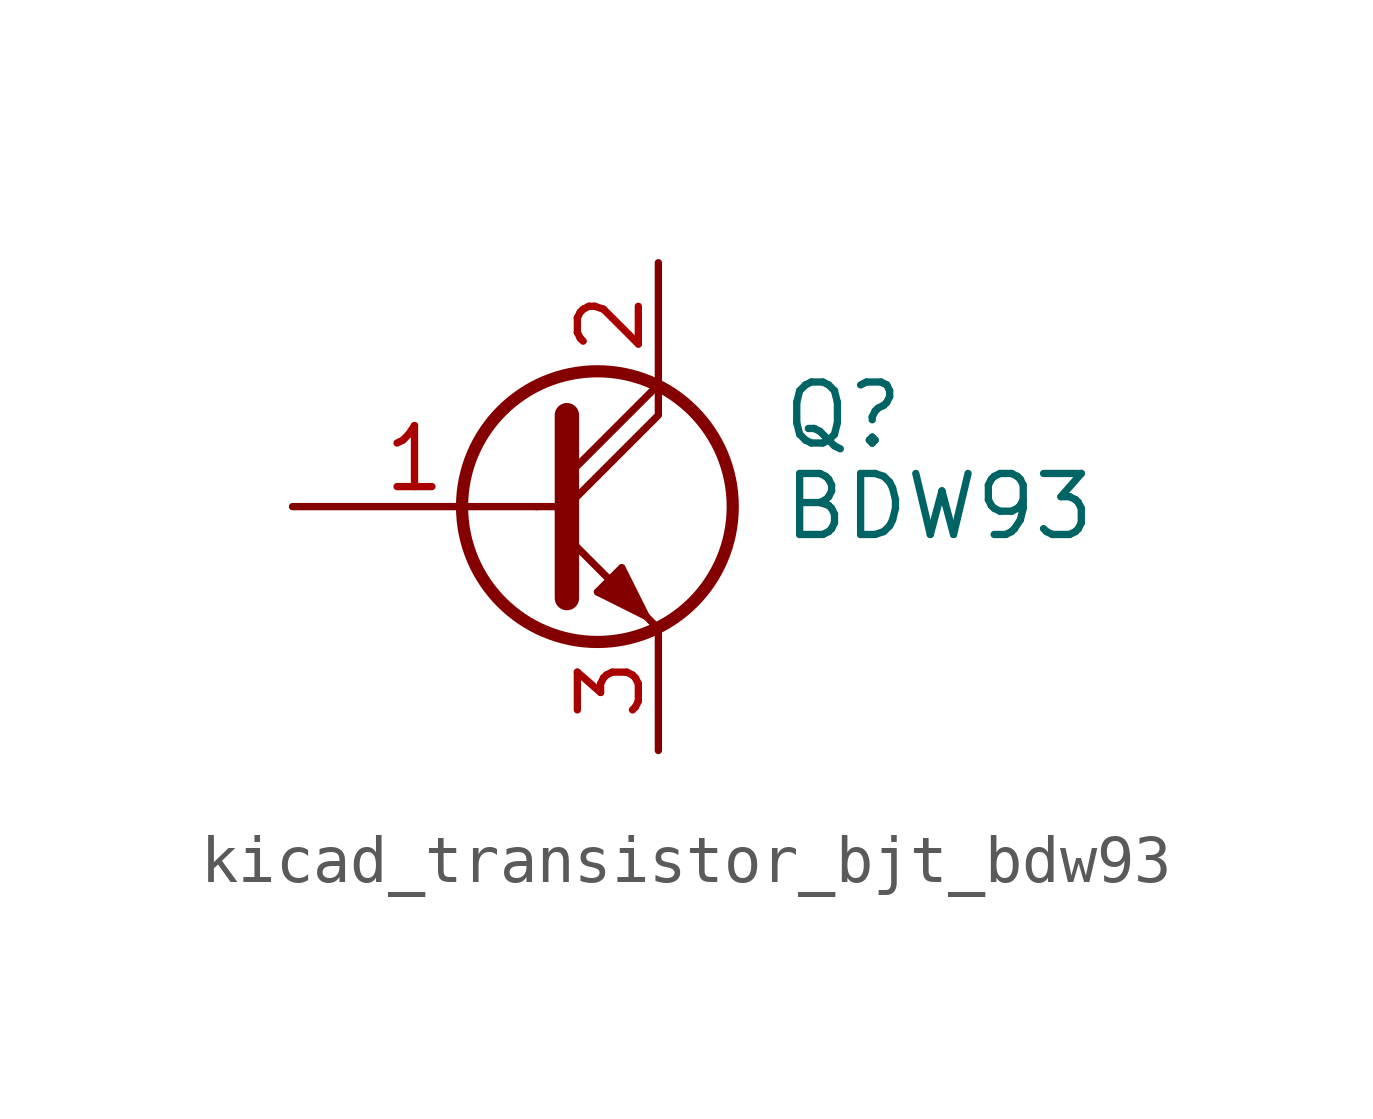
<source format=kicad_sym>
(kicad_symbol_lib
  (version 20220914)
  (generator kicad_symbol_editor)
  (symbol "kicad_transistor_bjt_bdw93"
    (pin_names
      (offset 0) hide)
    (property "Reference" "Q"
      (at 5.08 1.905 0)
      (effects (font (size 1.27 1.27)) (justify left)))
    (property "Value" "BDW93"
      (at 5.08 0 0)
      (effects (font (size 1.27 1.27)) (justify left)))
    (symbol "kicad_transistor_bjt_bdw93_0_1"
      (polyline (pts (xy 0.635 0.635) (xy 2.54 2.54)) (stroke (width 0) (type default)) (fill (type none)))
      (polyline (pts (xy 0.635 -0.635) (xy 2.54 -2.54) (xy 2.54 -2.54)) (stroke (width 0) (type default)) (fill (type none)))
      (polyline (pts (xy 0.635 0) (xy 2.54 1.905) (xy 2.54 2.54)) (stroke (width 0) (type default)) (fill (type none)))
      (polyline (pts (xy 0.635 1.905) (xy 0.635 -1.905) (xy 0.635 -1.905)) (stroke (width 0.508) (type default)) (fill (type none)))
      (polyline (pts (xy 1.27 -1.778) (xy 1.778 -1.27) (xy 2.286 -2.286) (xy 1.27 -1.778) (xy 1.27 -1.778)) (stroke (width 0) (type default)) (fill (type outline)))
      (circle (center 1.27 0) (radius 2.819) (stroke (width 0.254) (type default)) (fill (type none))))
    (symbol "kicad_transistor_bjt_bdw93_1_1"
      (polyline (pts (xy 0 0) (xy 0.508 0)) (stroke (width 0) (type default)) (fill (type none)))
      (pin input line (at -5.08 0 0) (length 5.08) (name "B" (effects (font (size 1.27 1.27)))) (number "1" (effects (font (size 1.27 1.27)))))
      (pin passive line (at 2.54 5.08 270) (length 2.54) (name "C" (effects (font (size 1.27 1.27)))) (number "2" (effects (font (size 1.27 1.27)))))
      (pin passive line (at 2.54 -5.08 90) (length 2.54) (name "E" (effects (font (size 1.27 1.27)))) (number "3" (effects (font (size 1.27 1.27))))))))
</source>
